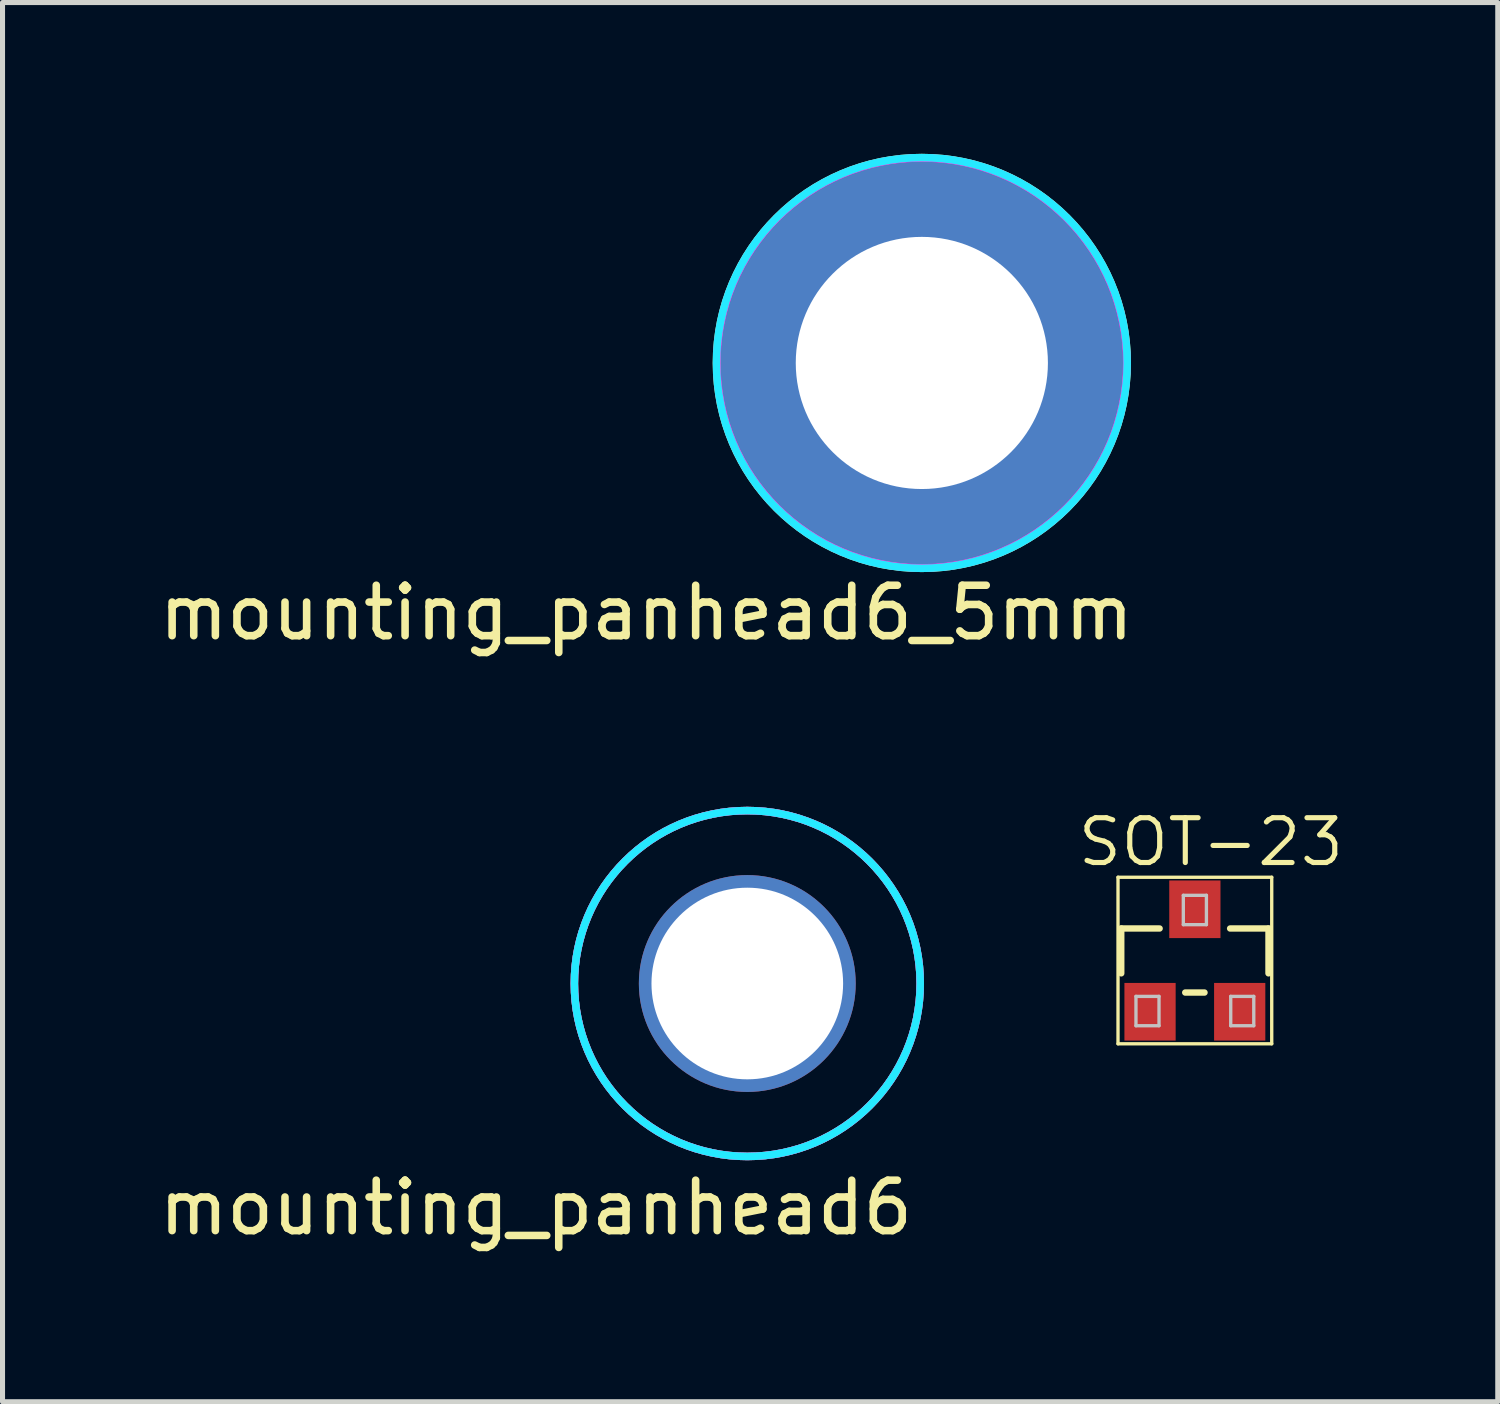
<source format=kicad_pcb>
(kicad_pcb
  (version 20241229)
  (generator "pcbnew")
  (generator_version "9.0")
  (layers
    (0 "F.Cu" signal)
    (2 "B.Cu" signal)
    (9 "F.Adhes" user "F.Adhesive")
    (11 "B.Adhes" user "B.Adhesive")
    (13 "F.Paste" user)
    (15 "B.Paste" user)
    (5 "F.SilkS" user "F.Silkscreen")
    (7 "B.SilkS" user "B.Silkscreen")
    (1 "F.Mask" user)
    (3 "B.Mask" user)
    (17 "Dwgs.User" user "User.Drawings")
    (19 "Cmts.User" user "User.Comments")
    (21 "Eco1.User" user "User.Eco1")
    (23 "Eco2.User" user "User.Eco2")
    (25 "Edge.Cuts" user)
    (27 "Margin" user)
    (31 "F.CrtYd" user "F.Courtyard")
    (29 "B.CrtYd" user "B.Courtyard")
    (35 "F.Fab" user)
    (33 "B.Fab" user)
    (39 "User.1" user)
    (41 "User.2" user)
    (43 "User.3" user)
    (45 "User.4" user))
  (footprint "mounting_panhead6_5mm"
    (layer "F.Cu")
    (at 15.229 4.147)
    (property "Reference" "mounting_panhead6_5mm" (at -5.461 4.953 0) (layer "F.SilkS") (effects (font (size 1 1) (thickness 0.15))))
    (attr through_hole)
    (fp_circle (center 0 0) (end 0.254 -4.064) (stroke (width 0.15) (type solid)) (fill no) (layer "F.SilkS"))
    (fp_circle (center 0 0) (end 0.254 -4.064) (stroke (width 0.15) (type solid)) (fill no) (layer "B.CrtYd"))
    (fp_circle (center 0 0) (end 0 -4.064) (stroke (width 0.15) (type solid)) (fill no) (layer "F.CrtYd"))
    (pad "1" thru_hole circle (at 0 0) (size 8 8) (drill 5) (layers "*.Cu" "*.Mask")))
  (footprint "mounting_panhead6"
    (layer "F.Cu")
    (at 11.768 16.452)
    (property "Reference" "mounting_panhead6" (at -4.191 4.445 0) (layer "F.SilkS") (effects (font (size 1 1) (thickness 0.15))))
    (attr through_hole)
    (fp_circle (center 0 0) (end 0 -3.429) (stroke (width 0.15) (type solid)) (fill no) (layer "F.SilkS"))
    (fp_circle (center 0 0) (end 0 -3.429) (stroke (width 0.15) (type solid)) (fill no) (layer "B.CrtYd"))
    (fp_circle (center 0 0) (end 0 -3.429) (stroke (width 0.15) (type solid)) (fill no) (layer "F.CrtYd"))
    (pad "1" thru_hole circle (at 0 0) (size 4.3 4.3) (drill 3.8) (layers "*.Cu" "*.Mask")))
  (footprint "SOT-23"
    (layer "F.Cu")
    (at 20.643 15.996)
    (property "Reference" "SOT-23" (at 0.318 -2.349 0) (layer "F.SilkS") (effects (font (size 0.889 0.889) (thickness 0.102))))
    (attr smd)
    (fp_line (start -1.524 -1.651) (end 1.524 -1.651) (stroke (width 0.066) (type solid)) (layer "F.SilkS"))
    (fp_line (start -1.524 1.651) (end -1.524 -1.651) (stroke (width 0.066) (type solid)) (layer "F.SilkS"))
    (fp_line (start -1.524 1.651) (end 1.524 1.651) (stroke (width 0.066) (type solid)) (layer "F.SilkS"))
    (fp_line (start -1.46 -0.635) (end -1.46 0.254) (stroke (width 0.127) (type solid)) (layer "F.SilkS"))
    (fp_line (start -0.699 -0.635) (end -1.46 -0.635) (stroke (width 0.127) (type solid)) (layer "F.SilkS"))
    (fp_line (start -0.191 0.635) (end 0.191 0.635) (stroke (width 0.127) (type solid)) (layer "F.SilkS"))
    (fp_line (start 1.46 -0.635) (end 0.699 -0.635) (stroke (width 0.127) (type solid)) (layer "F.SilkS"))
    (fp_line (start 1.46 0.254) (end 1.46 -0.635) (stroke (width 0.127) (type solid)) (layer "F.SilkS"))
    (fp_line (start 1.524 1.651) (end 1.524 -1.651) (stroke (width 0.066) (type solid)) (layer "F.SilkS"))
    (fp_line (start -1.168 0.711) (end -0.711 0.711) (stroke (width 0.066) (type solid)) (layer "Dwgs.User"))
    (fp_line (start -1.168 1.293) (end -1.168 0.711) (stroke (width 0.066) (type solid)) (layer "Dwgs.User"))
    (fp_line (start -1.168 1.293) (end -0.711 1.293) (stroke (width 0.066) (type solid)) (layer "Dwgs.User"))
    (fp_line (start -0.711 1.293) (end -0.711 0.711) (stroke (width 0.066) (type solid)) (layer "Dwgs.User"))
    (fp_line (start -0.229 -1.293) (end 0.229 -1.293) (stroke (width 0.066) (type solid)) (layer "Dwgs.User"))
    (fp_line (start -0.229 -0.711) (end -0.229 -1.293) (stroke (width 0.066) (type solid)) (layer "Dwgs.User"))
    (fp_line (start -0.229 -0.711) (end 0.229 -0.711) (stroke (width 0.066) (type solid)) (layer "Dwgs.User"))
    (fp_line (start 0.229 -0.711) (end 0.229 -1.293) (stroke (width 0.066) (type solid)) (layer "Dwgs.User"))
    (fp_line (start 0.711 0.711) (end 1.168 0.711) (stroke (width 0.066) (type solid)) (layer "Dwgs.User"))
    (fp_line (start 0.711 1.293) (end 0.711 0.711) (stroke (width 0.066) (type solid)) (layer "Dwgs.User"))
    (fp_line (start 0.711 1.293) (end 1.168 1.293) (stroke (width 0.066) (type solid)) (layer "Dwgs.User"))
    (fp_line (start 1.168 1.293) (end 1.168 0.711) (stroke (width 0.066) (type solid)) (layer "Dwgs.User"))
    (pad "1" smd rect (at -0.889 1.016 180) (size 1.016 1.143) (layers "F.Cu" "F.Mask" "F.Paste"))
    (pad "2" smd rect (at 0.889 1.016) (size 1.016 1.143) (layers "F.Cu" "F.Mask" "F.Paste"))
    (pad "3" smd rect (at 0 -1.016) (size 1.016 1.143) (layers "F.Cu" "F.Mask" "F.Paste")))
  (gr_rect
    (start -3 -3)
    (end 26.649 24.745)
    (stroke (width 0.1) (type default))
    (fill no)
    (layer "Edge.Cuts")))
</source>
